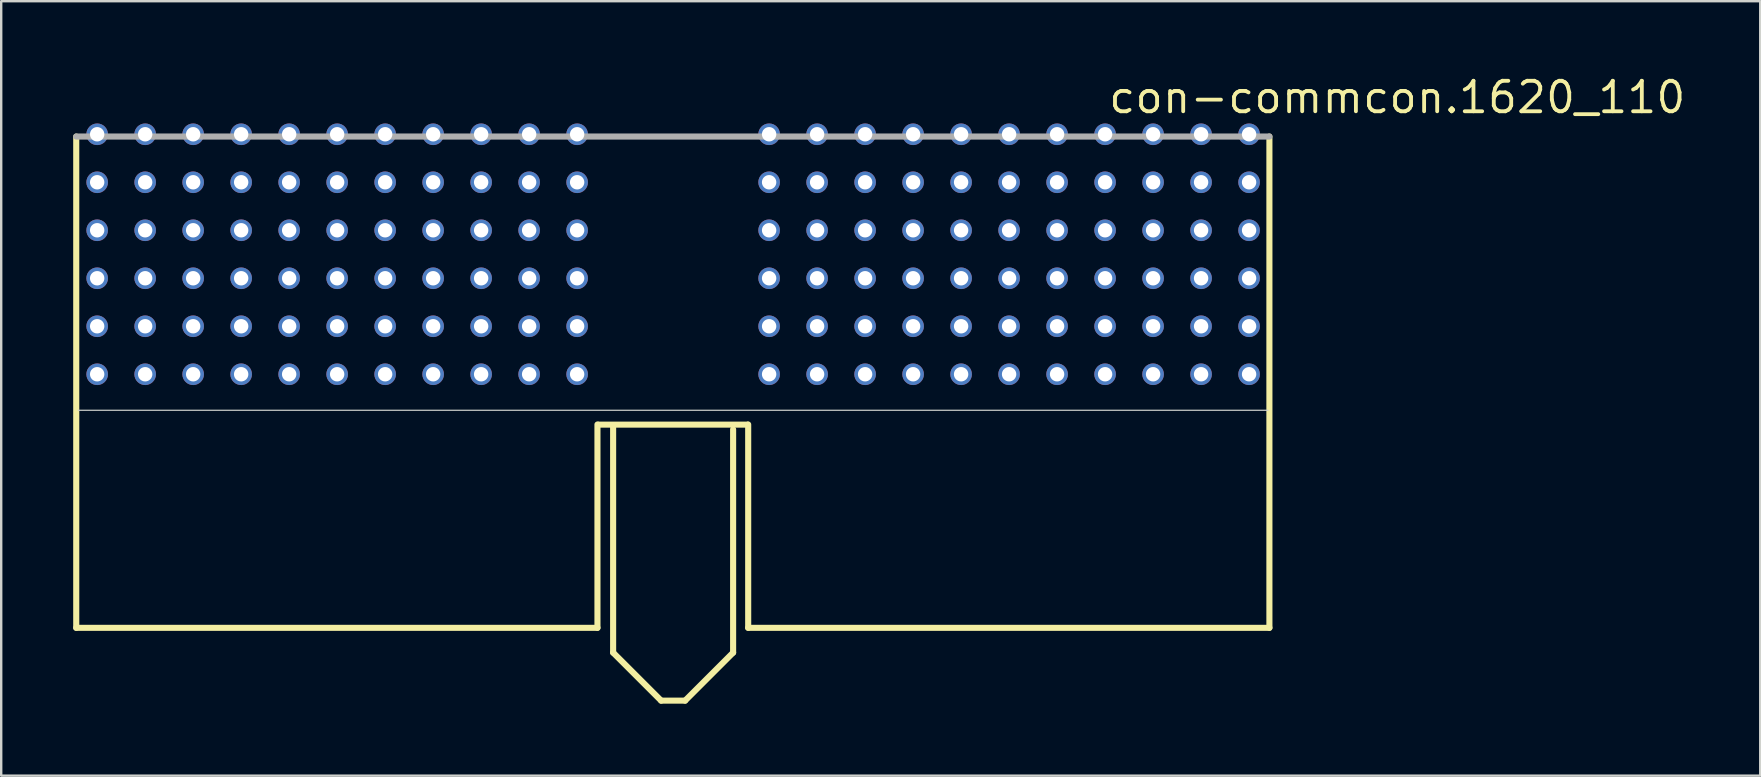
<source format=kicad_pcb>
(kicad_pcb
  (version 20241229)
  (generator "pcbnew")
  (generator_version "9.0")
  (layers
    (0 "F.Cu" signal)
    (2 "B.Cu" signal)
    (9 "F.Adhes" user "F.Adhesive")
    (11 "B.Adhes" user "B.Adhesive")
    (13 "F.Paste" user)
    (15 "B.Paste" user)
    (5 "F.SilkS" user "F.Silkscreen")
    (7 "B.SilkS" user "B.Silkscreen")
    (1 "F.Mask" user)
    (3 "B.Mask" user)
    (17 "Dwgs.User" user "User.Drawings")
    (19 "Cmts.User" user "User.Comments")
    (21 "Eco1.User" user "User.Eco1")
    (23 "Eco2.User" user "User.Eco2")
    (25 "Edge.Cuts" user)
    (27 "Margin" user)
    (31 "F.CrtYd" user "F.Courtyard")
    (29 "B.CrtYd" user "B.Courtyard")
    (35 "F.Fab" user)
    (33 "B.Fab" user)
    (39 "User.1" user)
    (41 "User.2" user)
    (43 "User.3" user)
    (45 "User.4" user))
  (footprint "con-commcon.1620_110"
    (layer "F.Cu")
    (at 24.999 13.815)
    (property "Reference" "con-commcon.1620_110" (at 18.065 -12.065 0) (layer "F.SilkS") (effects (font (size 1.27 1.27) (thickness 0.16)) (justify left bottom)))
    (attr through_hole)
    (fp_line (start -24.872 -11.176) (end -24.872 9.296) (stroke (width 0.254) (type default)) (layer "F.SilkS"))
    (fp_line (start -24.872 9.296) (end -3.153 9.296) (stroke (width 0.254) (type default)) (layer "F.SilkS"))
    (fp_line (start -3.153 9.296) (end -3.153 0.824) (stroke (width 0.254) (type default)) (layer "F.SilkS"))
    (fp_line (start -3.1 0.83) (end 3.1 0.83) (stroke (width 0.254) (type default)) (layer "F.SilkS"))
    (fp_line (start -2.5 10.33) (end -2.5 0.93) (stroke (width 0.254) (type default)) (layer "F.SilkS"))
    (fp_line (start -2.5 10.33) (end -0.5 12.33) (stroke (width 0.254) (type default)) (layer "F.SilkS"))
    (fp_line (start -0.5 12.33) (end 0.5 12.33) (stroke (width 0.254) (type default)) (layer "F.SilkS"))
    (fp_line (start 0.5 12.33) (end 2.5 10.33) (stroke (width 0.254) (type default)) (layer "F.SilkS"))
    (fp_line (start 2.5 10.33) (end 2.5 1.03) (stroke (width 0.254) (type default)) (layer "F.SilkS"))
    (fp_line (start 3.128 0.824) (end 3.128 9.296) (stroke (width 0.254) (type default)) (layer "F.SilkS"))
    (fp_line (start 3.128 9.296) (end 24.847 9.296) (stroke (width 0.254) (type default)) (layer "F.SilkS"))
    (fp_line (start 24.847 9.296) (end 24.847 -11.176) (stroke (width 0.254) (type default)) (layer "F.SilkS"))
    (fp_line (start -24.789 0.23) (end 24.789 0.23) (stroke (width 0.051) (type default)) (layer "Edge.Cuts"))
    (fp_line (start 24.847 -11.176) (end -24.872 -11.176) (stroke (width 0.254) (type default)) (layer "F.Fab"))
    (pad "A1" thru_hole circle (at 24 -1.27) (size 0.9 0.9) (drill 0.6) (layers "*.Cu" "*.Mask"))
    (pad "A2" thru_hole circle (at 22 -1.27) (size 0.9 0.9) (drill 0.6) (layers "*.Cu" "*.Mask"))
    (pad "A3" thru_hole circle (at 20 -1.27) (size 0.9 0.9) (drill 0.6) (layers "*.Cu" "*.Mask"))
    (pad "A4" thru_hole circle (at 18 -1.27) (size 0.9 0.9) (drill 0.6) (layers "*.Cu" "*.Mask"))
    (pad "A5" thru_hole circle (at 16 -1.27) (size 0.9 0.9) (drill 0.6) (layers "*.Cu" "*.Mask"))
    (pad "A6" thru_hole circle (at 14 -1.27) (size 0.9 0.9) (drill 0.6) (layers "*.Cu" "*.Mask"))
    (pad "A7" thru_hole circle (at 12 -1.27) (size 0.9 0.9) (drill 0.6) (layers "*.Cu" "*.Mask"))
    (pad "A8" thru_hole circle (at 10 -1.27) (size 0.9 0.9) (drill 0.6) (layers "*.Cu" "*.Mask"))
    (pad "A9" thru_hole circle (at 8 -1.27) (size 0.9 0.9) (drill 0.6) (layers "*.Cu" "*.Mask"))
    (pad "A10" thru_hole circle (at 6 -1.27) (size 0.9 0.9) (drill 0.6) (layers "*.Cu" "*.Mask"))
    (pad "A11" thru_hole circle (at 4 -1.27) (size 0.9 0.9) (drill 0.6) (layers "*.Cu" "*.Mask"))
    (pad "A12" thru_hole circle (at -4 -1.27) (size 0.9 0.9) (drill 0.6) (layers "*.Cu" "*.Mask"))
    (pad "A13" thru_hole circle (at -6 -1.27) (size 0.9 0.9) (drill 0.6) (layers "*.Cu" "*.Mask"))
    (pad "A14" thru_hole circle (at -8 -1.27) (size 0.9 0.9) (drill 0.6) (layers "*.Cu" "*.Mask"))
    (pad "A15" thru_hole circle (at -10 -1.27) (size 0.9 0.9) (drill 0.6) (layers "*.Cu" "*.Mask"))
    (pad "A16" thru_hole circle (at -12 -1.27) (size 0.9 0.9) (drill 0.6) (layers "*.Cu" "*.Mask"))
    (pad "A17" thru_hole circle (at -14 -1.27) (size 0.9 0.9) (drill 0.6) (layers "*.Cu" "*.Mask"))
    (pad "A18" thru_hole circle (at -16 -1.27) (size 0.9 0.9) (drill 0.6) (layers "*.Cu" "*.Mask"))
    (pad "A19" thru_hole circle (at -18 -1.27) (size 0.9 0.9) (drill 0.6) (layers "*.Cu" "*.Mask"))
    (pad "A20" thru_hole circle (at -20 -1.27) (size 0.9 0.9) (drill 0.6) (layers "*.Cu" "*.Mask"))
    (pad "A21" thru_hole circle (at -22 -1.27) (size 0.9 0.9) (drill 0.6) (layers "*.Cu" "*.Mask"))
    (pad "A22" thru_hole circle (at -24 -1.27) (size 0.9 0.9) (drill 0.6) (layers "*.Cu" "*.Mask"))
    (pad "B1" thru_hole circle (at 24 -3.27) (size 0.9 0.9) (drill 0.6) (layers "*.Cu" "*.Mask"))
    (pad "B2" thru_hole circle (at 22 -3.27) (size 0.9 0.9) (drill 0.6) (layers "*.Cu" "*.Mask"))
    (pad "B3" thru_hole circle (at 20 -3.27) (size 0.9 0.9) (drill 0.6) (layers "*.Cu" "*.Mask"))
    (pad "B4" thru_hole circle (at 18 -3.27) (size 0.9 0.9) (drill 0.6) (layers "*.Cu" "*.Mask"))
    (pad "B5" thru_hole circle (at 16 -3.27) (size 0.9 0.9) (drill 0.6) (layers "*.Cu" "*.Mask"))
    (pad "B6" thru_hole circle (at 14 -3.27) (size 0.9 0.9) (drill 0.6) (layers "*.Cu" "*.Mask"))
    (pad "B7" thru_hole circle (at 12 -3.27) (size 0.9 0.9) (drill 0.6) (layers "*.Cu" "*.Mask"))
    (pad "B8" thru_hole circle (at 10 -3.27) (size 0.9 0.9) (drill 0.6) (layers "*.Cu" "*.Mask"))
    (pad "B9" thru_hole circle (at 8 -3.27) (size 0.9 0.9) (drill 0.6) (layers "*.Cu" "*.Mask"))
    (pad "B10" thru_hole circle (at 6 -3.27) (size 0.9 0.9) (drill 0.6) (layers "*.Cu" "*.Mask"))
    (pad "B11" thru_hole circle (at 4 -3.27) (size 0.9 0.9) (drill 0.6) (layers "*.Cu" "*.Mask"))
    (pad "B12" thru_hole circle (at -4 -3.27) (size 0.9 0.9) (drill 0.6) (layers "*.Cu" "*.Mask"))
    (pad "B13" thru_hole circle (at -6 -3.27) (size 0.9 0.9) (drill 0.6) (layers "*.Cu" "*.Mask"))
    (pad "B14" thru_hole circle (at -8 -3.27) (size 0.9 0.9) (drill 0.6) (layers "*.Cu" "*.Mask"))
    (pad "B15" thru_hole circle (at -10 -3.27) (size 0.9 0.9) (drill 0.6) (layers "*.Cu" "*.Mask"))
    (pad "B16" thru_hole circle (at -12 -3.27) (size 0.9 0.9) (drill 0.6) (layers "*.Cu" "*.Mask"))
    (pad "B17" thru_hole circle (at -14 -3.27) (size 0.9 0.9) (drill 0.6) (layers "*.Cu" "*.Mask"))
    (pad "B18" thru_hole circle (at -16 -3.27) (size 0.9 0.9) (drill 0.6) (layers "*.Cu" "*.Mask"))
    (pad "B19" thru_hole circle (at -18 -3.27) (size 0.9 0.9) (drill 0.6) (layers "*.Cu" "*.Mask"))
    (pad "B20" thru_hole circle (at -20 -3.27) (size 0.9 0.9) (drill 0.6) (layers "*.Cu" "*.Mask"))
    (pad "B21" thru_hole circle (at -22 -3.27) (size 0.9 0.9) (drill 0.6) (layers "*.Cu" "*.Mask"))
    (pad "B22" thru_hole circle (at -24 -3.27) (size 0.9 0.9) (drill 0.6) (layers "*.Cu" "*.Mask"))
    (pad "C1" thru_hole circle (at 24 -5.27) (size 0.9 0.9) (drill 0.6) (layers "*.Cu" "*.Mask"))
    (pad "C2" thru_hole circle (at 22 -5.27) (size 0.9 0.9) (drill 0.6) (layers "*.Cu" "*.Mask"))
    (pad "C3" thru_hole circle (at 20 -5.27) (size 0.9 0.9) (drill 0.6) (layers "*.Cu" "*.Mask"))
    (pad "C4" thru_hole circle (at 18 -5.27) (size 0.9 0.9) (drill 0.6) (layers "*.Cu" "*.Mask"))
    (pad "C5" thru_hole circle (at 16 -5.27) (size 0.9 0.9) (drill 0.6) (layers "*.Cu" "*.Mask"))
    (pad "C6" thru_hole circle (at 14 -5.27) (size 0.9 0.9) (drill 0.6) (layers "*.Cu" "*.Mask"))
    (pad "C7" thru_hole circle (at 12 -5.27) (size 0.9 0.9) (drill 0.6) (layers "*.Cu" "*.Mask"))
    (pad "C8" thru_hole circle (at 10 -5.27) (size 0.9 0.9) (drill 0.6) (layers "*.Cu" "*.Mask"))
    (pad "C9" thru_hole circle (at 8 -5.27) (size 0.9 0.9) (drill 0.6) (layers "*.Cu" "*.Mask"))
    (pad "C10" thru_hole circle (at 6 -5.27) (size 0.9 0.9) (drill 0.6) (layers "*.Cu" "*.Mask"))
    (pad "C11" thru_hole circle (at 4 -5.27) (size 0.9 0.9) (drill 0.6) (layers "*.Cu" "*.Mask"))
    (pad "C12" thru_hole circle (at -4 -5.27) (size 0.9 0.9) (drill 0.6) (layers "*.Cu" "*.Mask"))
    (pad "C13" thru_hole circle (at -6 -5.27) (size 0.9 0.9) (drill 0.6) (layers "*.Cu" "*.Mask"))
    (pad "C14" thru_hole circle (at -8 -5.27) (size 0.9 0.9) (drill 0.6) (layers "*.Cu" "*.Mask"))
    (pad "C15" thru_hole circle (at -10 -5.27) (size 0.9 0.9) (drill 0.6) (layers "*.Cu" "*.Mask"))
    (pad "C16" thru_hole circle (at -12 -5.27) (size 0.9 0.9) (drill 0.6) (layers "*.Cu" "*.Mask"))
    (pad "C17" thru_hole circle (at -14 -5.27) (size 0.9 0.9) (drill 0.6) (layers "*.Cu" "*.Mask"))
    (pad "C18" thru_hole circle (at -16 -5.27) (size 0.9 0.9) (drill 0.6) (layers "*.Cu" "*.Mask"))
    (pad "C19" thru_hole circle (at -18 -5.27) (size 0.9 0.9) (drill 0.6) (layers "*.Cu" "*.Mask"))
    (pad "C20" thru_hole circle (at -20 -5.27) (size 0.9 0.9) (drill 0.6) (layers "*.Cu" "*.Mask"))
    (pad "C21" thru_hole circle (at -22 -5.27) (size 0.9 0.9) (drill 0.6) (layers "*.Cu" "*.Mask"))
    (pad "C22" thru_hole circle (at -24 -5.27) (size 0.9 0.9) (drill 0.6) (layers "*.Cu" "*.Mask"))
    (pad "D1" thru_hole circle (at 24 -7.27) (size 0.9 0.9) (drill 0.6) (layers "*.Cu" "*.Mask"))
    (pad "D2" thru_hole circle (at 22 -7.27) (size 0.9 0.9) (drill 0.6) (layers "*.Cu" "*.Mask"))
    (pad "D3" thru_hole circle (at 20 -7.27) (size 0.9 0.9) (drill 0.6) (layers "*.Cu" "*.Mask"))
    (pad "D4" thru_hole circle (at 18 -7.27) (size 0.9 0.9) (drill 0.6) (layers "*.Cu" "*.Mask"))
    (pad "D5" thru_hole circle (at 16 -7.27) (size 0.9 0.9) (drill 0.6) (layers "*.Cu" "*.Mask"))
    (pad "D6" thru_hole circle (at 14 -7.27) (size 0.9 0.9) (drill 0.6) (layers "*.Cu" "*.Mask"))
    (pad "D7" thru_hole circle (at 12 -7.27) (size 0.9 0.9) (drill 0.6) (layers "*.Cu" "*.Mask"))
    (pad "D8" thru_hole circle (at 10 -7.27) (size 0.9 0.9) (drill 0.6) (layers "*.Cu" "*.Mask"))
    (pad "D9" thru_hole circle (at 8 -7.27) (size 0.9 0.9) (drill 0.6) (layers "*.Cu" "*.Mask"))
    (pad "D10" thru_hole circle (at 6 -7.27) (size 0.9 0.9) (drill 0.6) (layers "*.Cu" "*.Mask"))
    (pad "D11" thru_hole circle (at 4 -7.27) (size 0.9 0.9) (drill 0.6) (layers "*.Cu" "*.Mask"))
    (pad "D12" thru_hole circle (at -4 -7.27) (size 0.9 0.9) (drill 0.6) (layers "*.Cu" "*.Mask"))
    (pad "D13" thru_hole circle (at -6 -7.27) (size 0.9 0.9) (drill 0.6) (layers "*.Cu" "*.Mask"))
    (pad "D14" thru_hole circle (at -8 -7.27) (size 0.9 0.9) (drill 0.6) (layers "*.Cu" "*.Mask"))
    (pad "D15" thru_hole circle (at -10 -7.27) (size 0.9 0.9) (drill 0.6) (layers "*.Cu" "*.Mask"))
    (pad "D16" thru_hole circle (at -12 -7.27) (size 0.9 0.9) (drill 0.6) (layers "*.Cu" "*.Mask"))
    (pad "D17" thru_hole circle (at -14 -7.27) (size 0.9 0.9) (drill 0.6) (layers "*.Cu" "*.Mask"))
    (pad "D18" thru_hole circle (at -16 -7.27) (size 0.9 0.9) (drill 0.6) (layers "*.Cu" "*.Mask"))
    (pad "D19" thru_hole circle (at -18 -7.27) (size 0.9 0.9) (drill 0.6) (layers "*.Cu" "*.Mask"))
    (pad "D20" thru_hole circle (at -20 -7.27) (size 0.9 0.9) (drill 0.6) (layers "*.Cu" "*.Mask"))
    (pad "D21" thru_hole circle (at -22 -7.27) (size 0.9 0.9) (drill 0.6) (layers "*.Cu" "*.Mask"))
    (pad "D22" thru_hole circle (at -24 -7.27) (size 0.9 0.9) (drill 0.6) (layers "*.Cu" "*.Mask"))
    (pad "E1" thru_hole circle (at 24 -9.27) (size 0.9 0.9) (drill 0.6) (layers "*.Cu" "*.Mask"))
    (pad "E2" thru_hole circle (at 22 -9.27) (size 0.9 0.9) (drill 0.6) (layers "*.Cu" "*.Mask"))
    (pad "E3" thru_hole circle (at 20 -9.27) (size 0.9 0.9) (drill 0.6) (layers "*.Cu" "*.Mask"))
    (pad "E4" thru_hole circle (at 18 -9.27) (size 0.9 0.9) (drill 0.6) (layers "*.Cu" "*.Mask"))
    (pad "E5" thru_hole circle (at 16 -9.27) (size 0.9 0.9) (drill 0.6) (layers "*.Cu" "*.Mask"))
    (pad "E6" thru_hole circle (at 14 -9.27) (size 0.9 0.9) (drill 0.6) (layers "*.Cu" "*.Mask"))
    (pad "E7" thru_hole circle (at 12 -9.27) (size 0.9 0.9) (drill 0.6) (layers "*.Cu" "*.Mask"))
    (pad "E8" thru_hole circle (at 10 -9.27) (size 0.9 0.9) (drill 0.6) (layers "*.Cu" "*.Mask"))
    (pad "E9" thru_hole circle (at 8 -9.27) (size 0.9 0.9) (drill 0.6) (layers "*.Cu" "*.Mask"))
    (pad "E10" thru_hole circle (at 6 -9.27) (size 0.9 0.9) (drill 0.6) (layers "*.Cu" "*.Mask"))
    (pad "E11" thru_hole circle (at 4 -9.27) (size 0.9 0.9) (drill 0.6) (layers "*.Cu" "*.Mask"))
    (pad "E12" thru_hole circle (at -4 -9.27) (size 0.9 0.9) (drill 0.6) (layers "*.Cu" "*.Mask"))
    (pad "E13" thru_hole circle (at -6 -9.27) (size 0.9 0.9) (drill 0.6) (layers "*.Cu" "*.Mask"))
    (pad "E14" thru_hole circle (at -8 -9.27) (size 0.9 0.9) (drill 0.6) (layers "*.Cu" "*.Mask"))
    (pad "E15" thru_hole circle (at -10 -9.27) (size 0.9 0.9) (drill 0.6) (layers "*.Cu" "*.Mask"))
    (pad "E16" thru_hole circle (at -12 -9.27) (size 0.9 0.9) (drill 0.6) (layers "*.Cu" "*.Mask"))
    (pad "E17" thru_hole circle (at -14 -9.27) (size 0.9 0.9) (drill 0.6) (layers "*.Cu" "*.Mask"))
    (pad "E18" thru_hole circle (at -16 -9.27) (size 0.9 0.9) (drill 0.6) (layers "*.Cu" "*.Mask"))
    (pad "E19" thru_hole circle (at -18 -9.27) (size 0.9 0.9) (drill 0.6) (layers "*.Cu" "*.Mask"))
    (pad "E20" thru_hole circle (at -20 -9.27) (size 0.9 0.9) (drill 0.6) (layers "*.Cu" "*.Mask"))
    (pad "E21" thru_hole circle (at -22 -9.27) (size 0.9 0.9) (drill 0.6) (layers "*.Cu" "*.Mask"))
    (pad "E22" thru_hole circle (at -24 -9.27) (size 0.9 0.9) (drill 0.6) (layers "*.Cu" "*.Mask"))
    (pad "F1" thru_hole circle (at 24 -11.27) (size 0.9 0.9) (drill 0.6) (layers "*.Cu" "*.Mask"))
    (pad "F2" thru_hole circle (at 22 -11.27) (size 0.9 0.9) (drill 0.6) (layers "*.Cu" "*.Mask"))
    (pad "F3" thru_hole circle (at 20 -11.27) (size 0.9 0.9) (drill 0.6) (layers "*.Cu" "*.Mask"))
    (pad "F4" thru_hole circle (at 18 -11.27) (size 0.9 0.9) (drill 0.6) (layers "*.Cu" "*.Mask"))
    (pad "F5" thru_hole circle (at 16 -11.27) (size 0.9 0.9) (drill 0.6) (layers "*.Cu" "*.Mask"))
    (pad "F6" thru_hole circle (at 14 -11.27) (size 0.9 0.9) (drill 0.6) (layers "*.Cu" "*.Mask"))
    (pad "F7" thru_hole circle (at 12 -11.27) (size 0.9 0.9) (drill 0.6) (layers "*.Cu" "*.Mask"))
    (pad "F8" thru_hole circle (at 10 -11.27) (size 0.9 0.9) (drill 0.6) (layers "*.Cu" "*.Mask"))
    (pad "F9" thru_hole circle (at 8 -11.27) (size 0.9 0.9) (drill 0.6) (layers "*.Cu" "*.Mask"))
    (pad "F10" thru_hole circle (at 6 -11.27) (size 0.9 0.9) (drill 0.6) (layers "*.Cu" "*.Mask"))
    (pad "F11" thru_hole circle (at 4 -11.27) (size 0.9 0.9) (drill 0.6) (layers "*.Cu" "*.Mask"))
    (pad "F12" thru_hole circle (at -4 -11.27) (size 0.9 0.9) (drill 0.6) (layers "*.Cu" "*.Mask"))
    (pad "F13" thru_hole circle (at -6 -11.27) (size 0.9 0.9) (drill 0.6) (layers "*.Cu" "*.Mask"))
    (pad "F14" thru_hole circle (at -8 -11.27) (size 0.9 0.9) (drill 0.6) (layers "*.Cu" "*.Mask"))
    (pad "F15" thru_hole circle (at -10 -11.27) (size 0.9 0.9) (drill 0.6) (layers "*.Cu" "*.Mask"))
    (pad "F16" thru_hole circle (at -12 -11.27) (size 0.9 0.9) (drill 0.6) (layers "*.Cu" "*.Mask"))
    (pad "F17" thru_hole circle (at -14 -11.27) (size 0.9 0.9) (drill 0.6) (layers "*.Cu" "*.Mask"))
    (pad "F18" thru_hole circle (at -16 -11.27) (size 0.9 0.9) (drill 0.6) (layers "*.Cu" "*.Mask"))
    (pad "F19" thru_hole circle (at -18 -11.27) (size 0.9 0.9) (drill 0.6) (layers "*.Cu" "*.Mask"))
    (pad "F20" thru_hole circle (at -20 -11.27) (size 0.9 0.9) (drill 0.6) (layers "*.Cu" "*.Mask"))
    (pad "F21" thru_hole circle (at -22 -11.27) (size 0.9 0.9) (drill 0.6) (layers "*.Cu" "*.Mask"))
    (pad "F22" thru_hole circle (at -24 -11.27) (size 0.9 0.9) (drill 0.6) (layers "*.Cu" "*.Mask")))
  (gr_rect
    (start -3 -3)
    (end 70.299 29.272)
    (stroke (width 0.1) (type default))
    (fill no)
    (layer "Edge.Cuts")))
</source>
